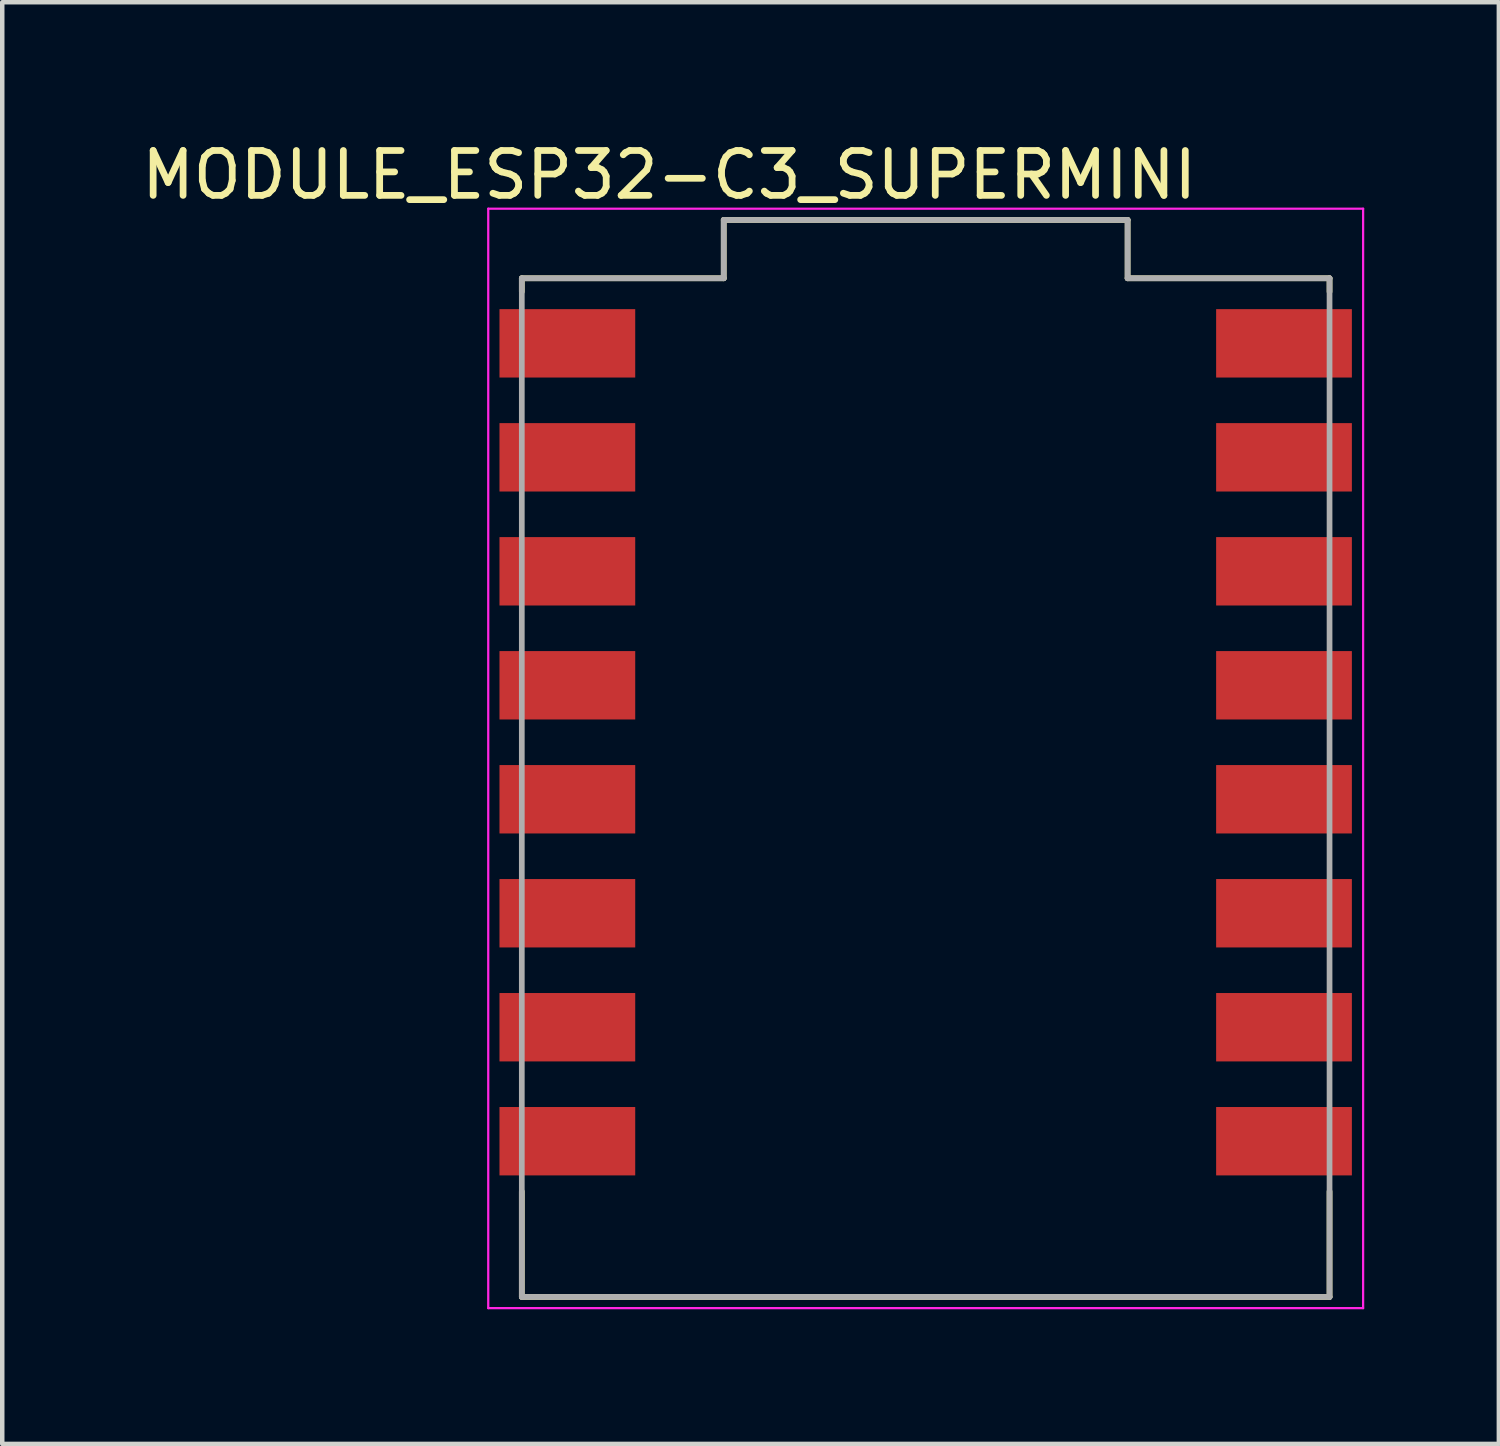
<source format=kicad_pcb>
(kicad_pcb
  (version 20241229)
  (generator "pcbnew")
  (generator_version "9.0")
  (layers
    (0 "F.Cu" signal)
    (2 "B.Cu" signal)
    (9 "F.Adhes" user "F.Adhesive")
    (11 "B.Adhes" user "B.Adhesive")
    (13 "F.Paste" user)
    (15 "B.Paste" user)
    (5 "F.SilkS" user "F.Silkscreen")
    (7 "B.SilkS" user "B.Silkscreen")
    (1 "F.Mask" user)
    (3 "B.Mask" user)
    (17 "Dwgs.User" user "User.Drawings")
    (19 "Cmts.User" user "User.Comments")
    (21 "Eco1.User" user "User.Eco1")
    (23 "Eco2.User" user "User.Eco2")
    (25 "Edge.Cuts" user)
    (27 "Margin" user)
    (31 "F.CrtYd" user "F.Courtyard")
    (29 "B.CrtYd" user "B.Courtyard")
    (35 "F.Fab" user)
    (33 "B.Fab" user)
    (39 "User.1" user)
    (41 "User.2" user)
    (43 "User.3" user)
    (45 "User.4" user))
  (footprint "MODULE_ESP32-C3_SUPERMINI"
    (layer "F.Cu")
    (at 17.578 14.501)
    (property "Reference" "MODULE_ESP32-C3_SUPERMINI" (at -5.715 -13.652 0) (layer "F.SilkS") (effects (font (size 1 1) (thickness 0.15))))
    (attr smd)
    (fp_line (start -9 -11.05) (end -9 -11.35) (stroke (width 0.127) (type solid)) (layer "F.SilkS"))
    (fp_line (start -9 11.35) (end -9 9) (stroke (width 0.127) (type solid)) (layer "F.SilkS"))
    (fp_line (start -4.5 -12.65) (end -4.5 -11.35) (stroke (width 0.127) (type solid)) (layer "F.SilkS"))
    (fp_line (start -4.5 -11.35) (end -9 -11.35) (stroke (width 0.127) (type solid)) (layer "F.SilkS"))
    (fp_line (start 4.5 -12.65) (end -4.5 -12.65) (stroke (width 0.127) (type solid)) (layer "F.SilkS"))
    (fp_line (start 4.5 -12.65) (end 4.5 -11.35) (stroke (width 0.127) (type solid)) (layer "F.SilkS"))
    (fp_line (start 9 -11.35) (end 4.5 -11.35) (stroke (width 0.127) (type solid)) (layer "F.SilkS"))
    (fp_line (start 9 -11.05) (end 9 -11.35) (stroke (width 0.127) (type solid)) (layer "F.SilkS"))
    (fp_line (start 9 11.35) (end -9 11.35) (stroke (width 0.127) (type solid)) (layer "F.SilkS"))
    (fp_line (start 9 11.35) (end 9 9) (stroke (width 0.127) (type solid)) (layer "F.SilkS"))
    (fp_line (start -9.748 -12.9) (end 9.748 -12.9) (stroke (width 0.05) (type solid)) (layer "F.CrtYd"))
    (fp_line (start -9.748 11.6) (end -9.748 -12.9) (stroke (width 0.05) (type solid)) (layer "F.CrtYd"))
    (fp_line (start 9.748 -12.9) (end 9.748 11.6) (stroke (width 0.05) (type solid)) (layer "F.CrtYd"))
    (fp_line (start 9.748 11.6) (end -9.748 11.6) (stroke (width 0.05) (type solid)) (layer "F.CrtYd"))
    (fp_line (start -9 11.35) (end -9 -11.35) (stroke (width 0.127) (type solid)) (layer "F.Fab"))
    (fp_line (start -4.5 -12.65) (end -4.5 -11.35) (stroke (width 0.127) (type solid)) (layer "F.Fab"))
    (fp_line (start -4.5 -11.35) (end -9 -11.35) (stroke (width 0.127) (type solid)) (layer "F.Fab"))
    (fp_line (start 4.5 -12.65) (end -4.5 -12.65) (stroke (width 0.127) (type solid)) (layer "F.Fab"))
    (fp_line (start 4.5 -12.65) (end 4.5 -11.35) (stroke (width 0.127) (type solid)) (layer "F.Fab"))
    (fp_line (start 9 -11.35) (end 4.5 -11.35) (stroke (width 0.127) (type solid)) (layer "F.Fab"))
    (fp_line (start 9 11.35) (end -9 11.35) (stroke (width 0.127) (type solid)) (layer "F.Fab"))
    (fp_line (start 9 11.35) (end 9 -11.35) (stroke (width 0.127) (type solid)) (layer "F.Fab"))
    (pad "0" smd rect (at 7.985 7.88) (size 3.025 1.524) (layers "F.Cu" "F.Mask" "F.Paste"))
    (pad "1" smd rect (at 7.985 5.34) (size 3.025 1.524) (layers "F.Cu" "F.Mask" "F.Paste"))
    (pad "2" smd rect (at 7.985 2.8) (size 3.025 1.524) (layers "F.Cu" "F.Mask" "F.Paste"))
    (pad "3" smd rect (at 7.985 0.26) (size 3.025 1.524) (layers "F.Cu" "F.Mask" "F.Paste"))
    (pad "3.3" smd rect (at 7.985 -4.82) (size 3.025 1.524) (layers "F.Cu" "F.Mask" "F.Paste"))
    (pad "4" smd rect (at 7.985 -2.28) (size 3.025 1.524) (layers "F.Cu" "F.Mask" "F.Paste"))
    (pad "5" smd rect (at -7.985 -9.9) (size 3.025 1.524) (layers "F.Cu" "F.Mask" "F.Paste"))
    (pad "5V" smd rect (at 7.985 -9.9) (size 3.025 1.524) (layers "F.Cu" "F.Mask" "F.Paste"))
    (pad "6" smd rect (at -7.985 -7.36) (size 3.025 1.524) (layers "F.Cu" "F.Mask" "F.Paste"))
    (pad "7" smd rect (at -7.985 -4.82) (size 3.025 1.524) (layers "F.Cu" "F.Mask" "F.Paste"))
    (pad "8" smd rect (at -7.985 -2.28) (size 3.025 1.524) (layers "F.Cu" "F.Mask" "F.Paste"))
    (pad "9" smd rect (at -7.985 0.26) (size 3.025 1.524) (layers "F.Cu" "F.Mask" "F.Paste"))
    (pad "10" smd rect (at -7.985 2.8) (size 3.025 1.524) (layers "F.Cu" "F.Mask" "F.Paste"))
    (pad "20" smd rect (at -7.985 5.34) (size 3.025 1.524) (layers "F.Cu" "F.Mask" "F.Paste"))
    (pad "21" smd rect (at -7.985 7.88) (size 3.025 1.524) (layers "F.Cu" "F.Mask" "F.Paste"))
    (pad "G" smd rect (at 7.985 -7.36) (size 3.025 1.524) (layers "F.Cu" "F.Mask" "F.Paste")))
  (gr_rect
    (start -3 -3)
    (end 30.351 29.126)
    (stroke (width 0.1) (type default))
    (fill no)
    (layer "Edge.Cuts")))
</source>
